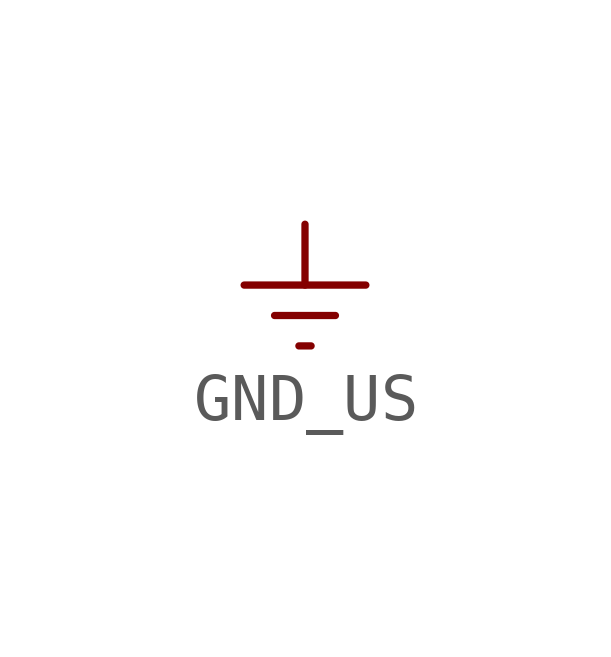
<source format=kicad_sym>
(kicad_symbol_lib
  (version 20211014)
  (generator kicad_symbol_editor)
  (symbol "GND_US"
    (power)
    (pin_names
      (offset 0))
    (property "Reference" "#PWR"
      (at 0 -6.35 0)
      (effects (font (size 1.27 1.27)) hide))
    (symbol "GND_US_0_1"
      (polyline (pts (xy -0.635 -1.905) (xy 0.635 -1.905)) (stroke (width 0) (type default) (color 0 0 0 0)) (fill (type none)))
      (polyline (pts (xy -0.127 -2.54) (xy 0.127 -2.54)) (stroke (width 0) (type default) (color 0 0 0 0)) (fill (type none)))
      (polyline (pts (xy 0 -1.27) (xy 0 0)) (stroke (width 0) (type default) (color 0 0 0 0)) (fill (type none)))
      (polyline (pts (xy 1.27 -1.27) (xy -1.27 -1.27)) (stroke (width 0) (type default) (color 0 0 0 0)) (fill (type none))))
    (symbol "GND_US_1_1"
      (pin power_in line (at 0 0 270) (length 0) hide (name "GNDREF" (effects (font (size 1.27 1.27)))) (number "1" (effects (font (size 1.27 1.27))))))))
</source>
